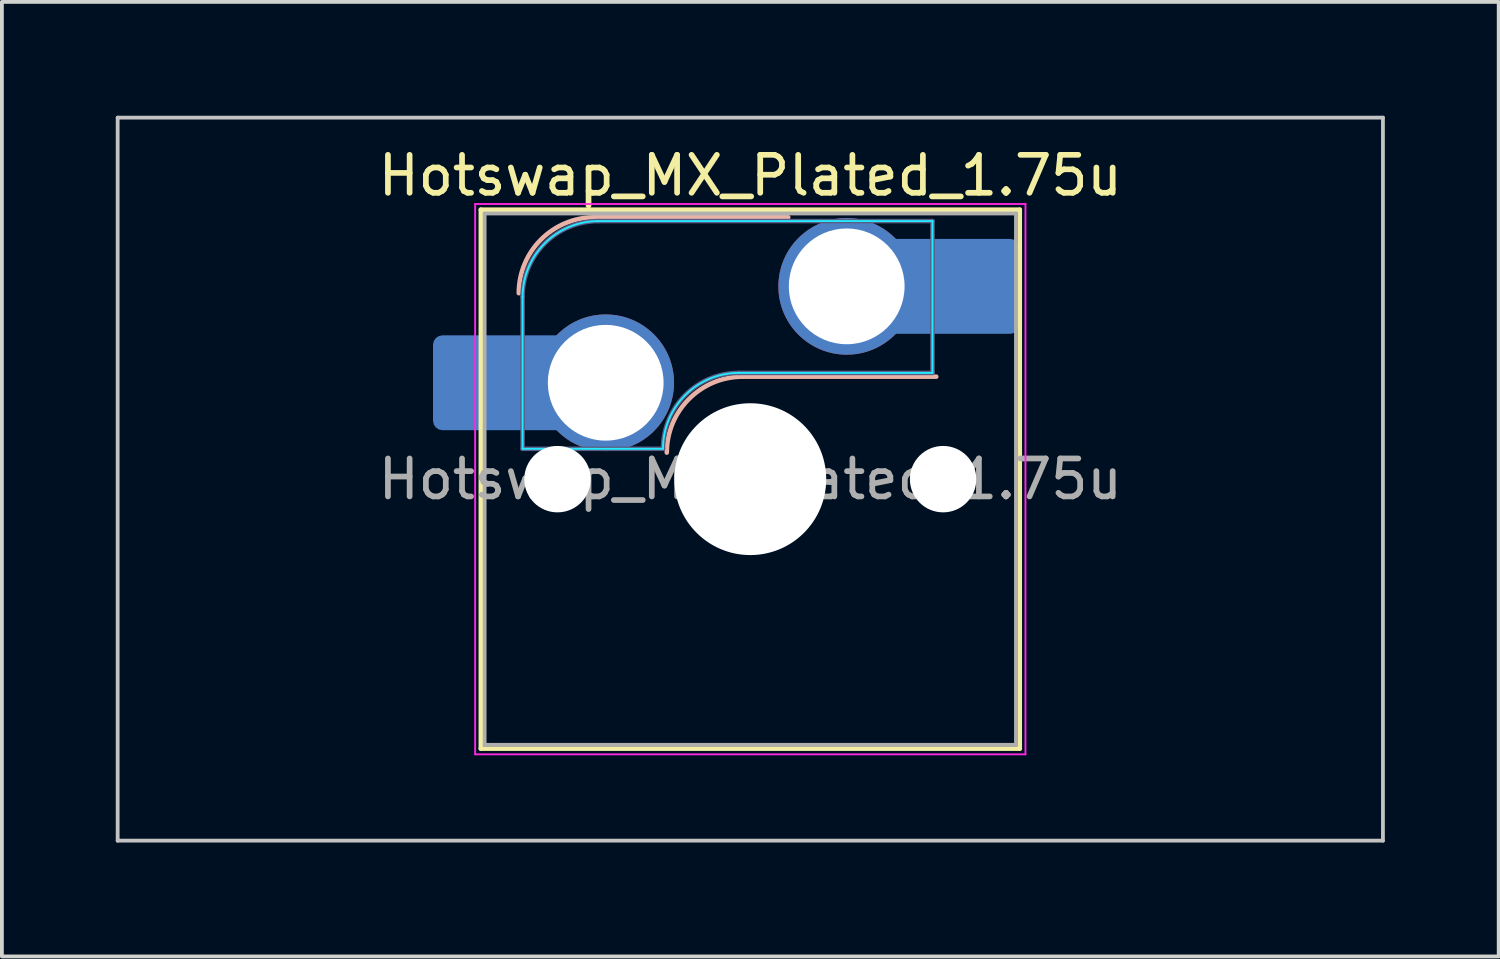
<source format=kicad_pcb>
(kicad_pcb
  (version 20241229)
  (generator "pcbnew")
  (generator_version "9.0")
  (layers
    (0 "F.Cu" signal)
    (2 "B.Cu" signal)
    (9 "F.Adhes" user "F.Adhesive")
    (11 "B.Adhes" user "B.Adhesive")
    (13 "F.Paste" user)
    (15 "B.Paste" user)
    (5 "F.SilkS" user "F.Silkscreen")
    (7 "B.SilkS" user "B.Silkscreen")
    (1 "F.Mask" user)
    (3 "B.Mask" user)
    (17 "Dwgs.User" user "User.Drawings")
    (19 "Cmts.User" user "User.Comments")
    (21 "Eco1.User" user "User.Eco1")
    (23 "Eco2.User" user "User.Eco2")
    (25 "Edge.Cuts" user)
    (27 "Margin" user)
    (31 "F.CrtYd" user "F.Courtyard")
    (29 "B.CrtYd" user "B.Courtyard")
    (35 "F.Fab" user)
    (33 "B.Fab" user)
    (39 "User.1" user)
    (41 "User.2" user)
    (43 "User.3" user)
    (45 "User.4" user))
  (footprint "Hotswap_MX_Plated_1.75u"
    (layer "F.Cu")
    (at 16.719 9.575)
    (property "Reference" "Hotswap_MX_Plated_1.75u" (at 0 -8 0) (layer "F.SilkS") (effects (font (size 1 1) (thickness 0.15))))
    (attr smd allow_soldermask_bridges)
    (fp_line (start -7.1 -7.1) (end -7.1 7.1) (stroke (width 0.12) (type solid)) (layer "F.SilkS"))
    (fp_line (start -7.1 7.1) (end 7.1 7.1) (stroke (width 0.12) (type solid)) (layer "F.SilkS"))
    (fp_line (start 7.1 -7.1) (end -7.1 -7.1) (stroke (width 0.12) (type solid)) (layer "F.SilkS"))
    (fp_line (start 7.1 7.1) (end 7.1 -7.1) (stroke (width 0.12) (type solid)) (layer "F.SilkS"))
    (fp_line (start -4.1 -6.9) (end 1 -6.9) (stroke (width 0.12) (type solid)) (layer "B.SilkS"))
    (fp_line (start -0.2 -2.7) (end 4.9 -2.7) (stroke (width 0.12) (type solid)) (layer "B.SilkS"))
    (fp_arc (start -6.1 -4.9) (mid -5.514214 -6.314214) (end -4.1 -6.9) (stroke (width 0.12) (type solid)) (layer "B.SilkS"))
    (fp_arc (start -2.2 -0.7) (mid -1.614214 -2.114214) (end -0.2 -2.7) (stroke (width 0.12) (type solid)) (layer "B.SilkS"))
    (fp_line (start -16.669 -9.525) (end -16.669 9.525) (stroke (width 0.1) (type solid)) (layer "Dwgs.User"))
    (fp_line (start -16.669 9.525) (end 16.669 9.525) (stroke (width 0.1) (type solid)) (layer "Dwgs.User"))
    (fp_line (start 16.669 -9.525) (end -16.669 -9.525) (stroke (width 0.1) (type solid)) (layer "Dwgs.User"))
    (fp_line (start 16.669 9.525) (end 16.669 -9.525) (stroke (width 0.1) (type solid)) (layer "Dwgs.User"))
    (fp_line (start -7.8 -6) (end -7 -6) (stroke (width 0.1) (type solid)) (layer "Eco1.User"))
    (fp_line (start -7.8 -2.9) (end -7.8 -6) (stroke (width 0.1) (type solid)) (layer "Eco1.User"))
    (fp_line (start -7.8 2.9) (end -7 2.9) (stroke (width 0.1) (type solid)) (layer "Eco1.User"))
    (fp_line (start -7.8 6) (end -7.8 2.9) (stroke (width 0.1) (type solid)) (layer "Eco1.User"))
    (fp_line (start -7 -7) (end 7 -7) (stroke (width 0.1) (type solid)) (layer "Eco1.User"))
    (fp_line (start -7 -6) (end -7 -7) (stroke (width 0.1) (type solid)) (layer "Eco1.User"))
    (fp_line (start -7 -2.9) (end -7.8 -2.9) (stroke (width 0.1) (type solid)) (layer "Eco1.User"))
    (fp_line (start -7 2.9) (end -7 -2.9) (stroke (width 0.1) (type solid)) (layer "Eco1.User"))
    (fp_line (start -7 6) (end -7.8 6) (stroke (width 0.1) (type solid)) (layer "Eco1.User"))
    (fp_line (start -7 7) (end -7 6) (stroke (width 0.1) (type solid)) (layer "Eco1.User"))
    (fp_line (start 7 -7) (end 7 -6) (stroke (width 0.1) (type solid)) (layer "Eco1.User"))
    (fp_line (start 7 -6) (end 7.8 -6) (stroke (width 0.1) (type solid)) (layer "Eco1.User"))
    (fp_line (start 7 -2.9) (end 7 2.9) (stroke (width 0.1) (type solid)) (layer "Eco1.User"))
    (fp_line (start 7 2.9) (end 7.8 2.9) (stroke (width 0.1) (type solid)) (layer "Eco1.User"))
    (fp_line (start 7 6) (end 7 7) (stroke (width 0.1) (type solid)) (layer "Eco1.User"))
    (fp_line (start 7 7) (end -7 7) (stroke (width 0.1) (type solid)) (layer "Eco1.User"))
    (fp_line (start 7.8 -6) (end 7.8 -2.9) (stroke (width 0.1) (type solid)) (layer "Eco1.User"))
    (fp_line (start 7.8 -2.9) (end 7 -2.9) (stroke (width 0.1) (type solid)) (layer "Eco1.User"))
    (fp_line (start 7.8 2.9) (end 7.8 6) (stroke (width 0.1) (type solid)) (layer "Eco1.User"))
    (fp_line (start 7.8 6) (end 7 6) (stroke (width 0.1) (type solid)) (layer "Eco1.User"))
    (fp_line (start -6 -0.8) (end -6 -4.8) (stroke (width 0.05) (type solid)) (layer "B.CrtYd"))
    (fp_line (start -6 -0.8) (end -2.3 -0.8) (stroke (width 0.05) (type solid)) (layer "B.CrtYd"))
    (fp_line (start -4 -6.8) (end 4.8 -6.8) (stroke (width 0.05) (type solid)) (layer "B.CrtYd"))
    (fp_line (start -0.3 -2.8) (end 4.8 -2.8) (stroke (width 0.05) (type solid)) (layer "B.CrtYd"))
    (fp_line (start 4.8 -6.8) (end 4.8 -2.8) (stroke (width 0.05) (type solid)) (layer "B.CrtYd"))
    (fp_arc (start -6 -4.8) (mid -5.414214 -6.214214) (end -4 -6.8) (stroke (width 0.05) (type solid)) (layer "B.CrtYd"))
    (fp_arc (start -2.3 -0.8) (mid -1.714214 -2.214214) (end -0.3 -2.8) (stroke (width 0.05) (type solid)) (layer "B.CrtYd"))
    (fp_line (start -7.25 -7.25) (end -7.25 7.25) (stroke (width 0.05) (type solid)) (layer "F.CrtYd"))
    (fp_line (start -7.25 7.25) (end 7.25 7.25) (stroke (width 0.05) (type solid)) (layer "F.CrtYd"))
    (fp_line (start 7.25 -7.25) (end -7.25 -7.25) (stroke (width 0.05) (type solid)) (layer "F.CrtYd"))
    (fp_line (start 7.25 7.25) (end 7.25 -7.25) (stroke (width 0.05) (type solid)) (layer "F.CrtYd"))
    (fp_line (start -6 -0.8) (end -6 -4.8) (stroke (width 0.12) (type solid)) (layer "B.Fab"))
    (fp_line (start -6 -0.8) (end -2.3 -0.8) (stroke (width 0.12) (type solid)) (layer "B.Fab"))
    (fp_line (start -4 -6.8) (end 4.8 -6.8) (stroke (width 0.12) (type solid)) (layer "B.Fab"))
    (fp_line (start -0.3 -2.8) (end 4.8 -2.8) (stroke (width 0.12) (type solid)) (layer "B.Fab"))
    (fp_line (start 4.8 -6.8) (end 4.8 -2.8) (stroke (width 0.12) (type solid)) (layer "B.Fab"))
    (fp_arc (start -6 -4.8) (mid -5.414214 -6.214214) (end -4 -6.8) (stroke (width 0.12) (type solid)) (layer "B.Fab"))
    (fp_arc (start -2.3 -0.8) (mid -1.714214 -2.214214) (end -0.3 -2.8) (stroke (width 0.12) (type solid)) (layer "B.Fab"))
    (fp_line (start -7 -7) (end -7 7) (stroke (width 0.1) (type solid)) (layer "F.Fab"))
    (fp_line (start -7 7) (end 7 7) (stroke (width 0.1) (type solid)) (layer "F.Fab"))
    (fp_line (start 7 -7) (end -7 -7) (stroke (width 0.1) (type solid)) (layer "F.Fab"))
    (fp_line (start 7 7) (end 7 -7) (stroke (width 0.1) (type solid)) (layer "F.Fab"))
    (fp_text user "${REFERENCE}" (at 0 0 0) (layer "F.Fab") (effects (font (size 1 1) (thickness 0.15))))
    (pad "" smd roundrect (at -7.085 -2.54) (size 2.55 2.5) (layers "B.Mask" "B.Paste") (roundrect_rratio 0.1))
    (pad "" np_thru_hole circle (at -5.08 0) (size 1.75 1.75) (drill 1.75) (layers "*.Cu" "*.Mask"))
    (pad "" np_thru_hole circle (at 0 0) (size 4 4) (drill 4) (layers "*.Cu" "*.Mask"))
    (pad "" np_thru_hole circle (at 5.08 0) (size 1.75 1.75) (drill 1.75) (layers "*.Cu" "*.Mask"))
    (pad "" smd roundrect (at 5.842 -5.08) (size 2.55 2.5) (layers "B.Mask" "B.Paste") (roundrect_rratio 0.1))
    (pad "1" smd roundrect (at -6.585 -2.54) (size 3.55 2.5) (layers "B.Cu") (roundrect_rratio 0.1))
    (pad "1" thru_hole circle (at -3.81 -2.54) (size 3.6 3.6) (drill 3.05) (layers "*.Cu" "*.Mask"))
    (pad "2" thru_hole circle (at 2.54 -5.08) (size 3.6 3.6) (drill 3.05) (layers "*.Cu" "*.Mask"))
    (pad "2" smd roundrect (at 5.32 -5.08) (size 3.55 2.5) (layers "B.Cu") (roundrect_rratio 0.1)))
  (gr_rect
    (start -3 -3)
    (end 36.438 22.15)
    (stroke (width 0.1) (type default))
    (fill no)
    (layer "Edge.Cuts")))
</source>
